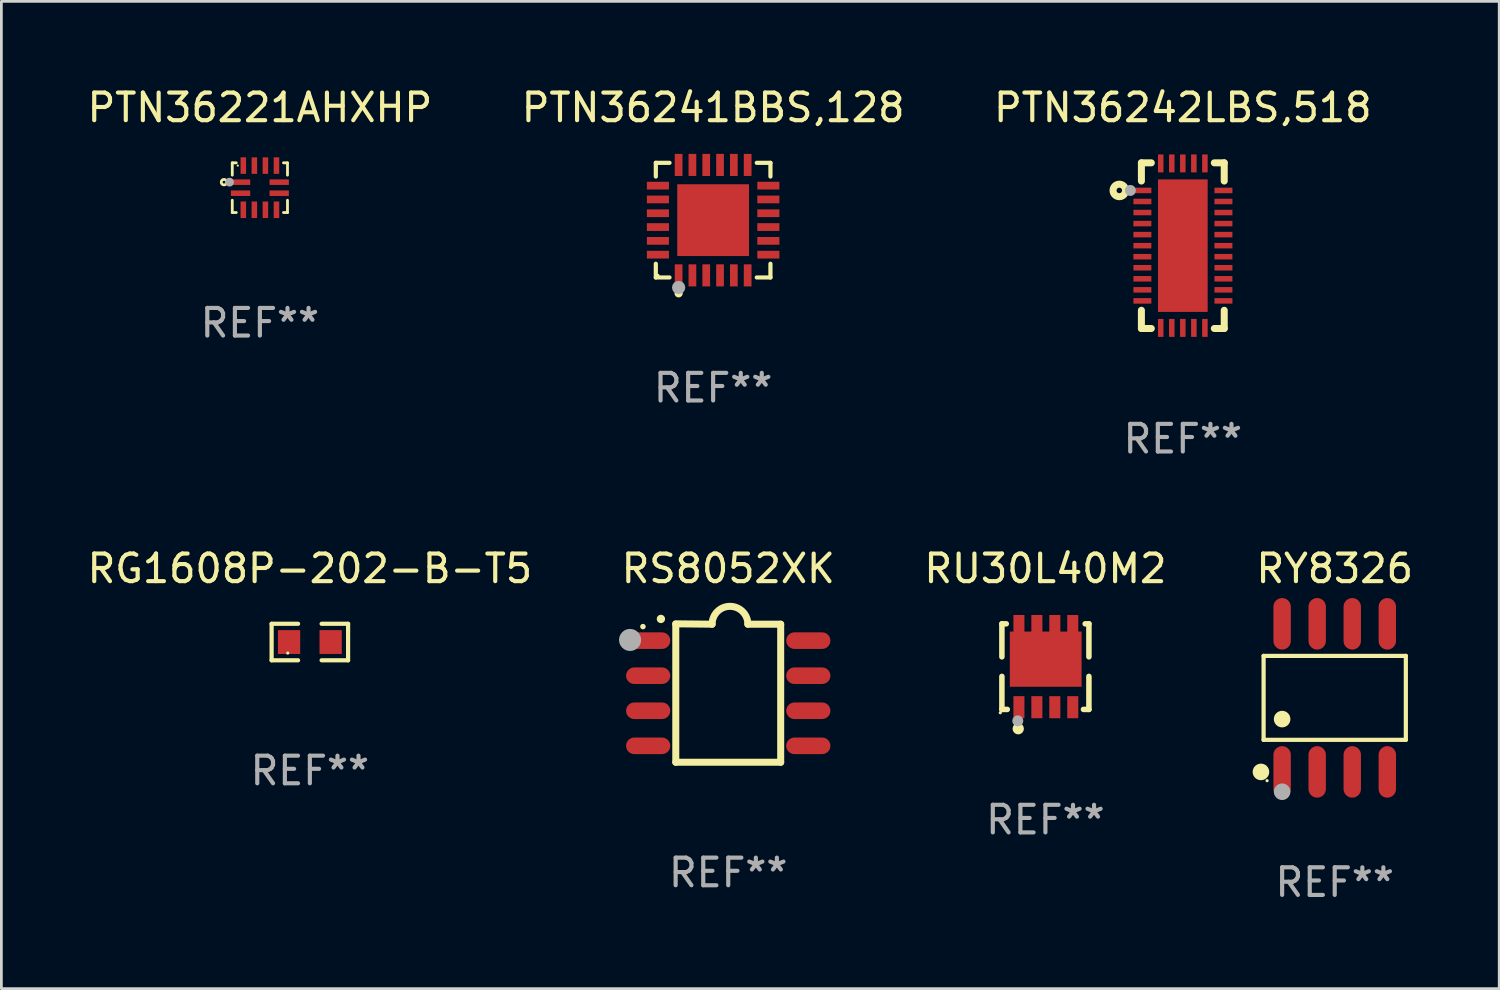
<source format=kicad_pcb>
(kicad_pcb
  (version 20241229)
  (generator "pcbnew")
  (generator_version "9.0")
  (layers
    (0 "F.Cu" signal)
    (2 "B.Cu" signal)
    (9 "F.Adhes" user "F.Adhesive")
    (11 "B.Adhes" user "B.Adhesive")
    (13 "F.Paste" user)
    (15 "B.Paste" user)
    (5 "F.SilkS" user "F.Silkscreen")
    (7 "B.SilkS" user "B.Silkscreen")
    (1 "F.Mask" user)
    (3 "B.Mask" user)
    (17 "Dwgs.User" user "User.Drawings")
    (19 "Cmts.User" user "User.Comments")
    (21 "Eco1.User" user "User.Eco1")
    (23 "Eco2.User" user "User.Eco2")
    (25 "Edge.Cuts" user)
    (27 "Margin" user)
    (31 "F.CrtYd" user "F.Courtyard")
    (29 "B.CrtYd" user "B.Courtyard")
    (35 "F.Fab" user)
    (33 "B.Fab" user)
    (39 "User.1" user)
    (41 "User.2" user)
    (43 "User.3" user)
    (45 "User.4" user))
  (footprint "RY8326"
    (layer "F.Cu")
    (at 45.294 22.227)
    (property "Reference" "RY8326" (at 0 -4.682 0) (layer "F.SilkS") (effects (font (size 1 1) (thickness 0.15))))
    (attr through_hole)
    (fp_line (start -2.576 -1.521) (end 2.576 -1.521) (stroke (width 0.152) (type solid)) (layer "F.SilkS"))
    (fp_line (start -2.576 1.521) (end -2.576 -1.521) (stroke (width 0.152) (type solid)) (layer "F.SilkS"))
    (fp_line (start 2.576 -1.521) (end 2.576 1.521) (stroke (width 0.152) (type solid)) (layer "F.SilkS"))
    (fp_line (start 2.576 1.521) (end -2.576 1.521) (stroke (width 0.152) (type solid)) (layer "F.SilkS"))
    (fp_circle (center -2.672 2.682) (end -2.522 2.682) (stroke (width 0.3) (type solid)) (fill no) (layer "F.SilkS"))
    (fp_circle (center -2.45 3) (end -2.42 3) (stroke (width 0.06) (type solid)) (fill no) (layer "F.SilkS"))
    (fp_circle (center -1.905 0.769) (end -1.755 0.769) (stroke (width 0.3) (type solid)) (fill no) (layer "F.SilkS"))
    (fp_circle (center -1.905 3.4) (end -1.755 3.4) (stroke (width 0.3) (type solid)) (fill no) (layer "F.Fab"))
    (fp_text user "REF**" (at 0 6.682 0) (layer "F.Fab") (effects (font (size 1 1) (thickness 0.15))))
    (pad "1" smd oval (at -1.905 2.682) (size 0.63 1.865) (layers "F.Cu" "F.Mask" "F.Paste"))
    (pad "2" smd oval (at -0.635 2.682) (size 0.63 1.865) (layers "F.Cu" "F.Mask" "F.Paste"))
    (pad "3" smd oval (at 0.635 2.682) (size 0.63 1.865) (layers "F.Cu" "F.Mask" "F.Paste"))
    (pad "4" smd oval (at 1.905 2.682) (size 0.63 1.865) (layers "F.Cu" "F.Mask" "F.Paste"))
    (pad "5" smd oval (at 1.905 -2.682) (size 0.63 1.865) (layers "F.Cu" "F.Mask" "F.Paste"))
    (pad "6" smd oval (at 0.635 -2.682) (size 0.63 1.865) (layers "F.Cu" "F.Mask" "F.Paste"))
    (pad "7" smd oval (at -0.635 -2.682) (size 0.63 1.865) (layers "F.Cu" "F.Mask" "F.Paste"))
    (pad "8" smd oval (at -1.905 -2.682) (size 0.63 1.865) (layers "F.Cu" "F.Mask" "F.Paste")))
  (footprint "PTN36241BBS,128"
    (layer "F.Cu")
    (at 22.78 4.924)
    (property "Reference" "PTN36241BBS,128" (at 0 -4.076 0) (layer "F.SilkS") (effects (font (size 1 1) (thickness 0.15))))
    (attr through_hole)
    (fp_line (start -2.076 -2.076) (end -1.58 -2.076) (stroke (width 0.152) (type solid)) (layer "F.SilkS"))
    (fp_line (start -2.076 -1.58) (end -2.076 -2.076) (stroke (width 0.152) (type solid)) (layer "F.SilkS"))
    (fp_line (start -2.076 1.58) (end -2.076 2.076) (stroke (width 0.152) (type solid)) (layer "F.SilkS"))
    (fp_line (start -2.076 2.076) (end -1.58 2.076) (stroke (width 0.152) (type solid)) (layer "F.SilkS"))
    (fp_line (start 2.076 -2.076) (end 1.58 -2.076) (stroke (width 0.152) (type solid)) (layer "F.SilkS"))
    (fp_line (start 2.076 -1.58) (end 2.076 -2.076) (stroke (width 0.152) (type solid)) (layer "F.SilkS"))
    (fp_line (start 2.076 1.58) (end 2.076 2.076) (stroke (width 0.152) (type solid)) (layer "F.SilkS"))
    (fp_line (start 2.076 2.076) (end 1.58 2.076) (stroke (width 0.152) (type solid)) (layer "F.SilkS"))
    (fp_circle (center -2 2) (end -1.97 2) (stroke (width 0.06) (type solid)) (fill no) (layer "F.SilkS"))
    (fp_circle (center -1.25 2.65) (end -1.175 2.65) (stroke (width 0.15) (type solid)) (fill no) (layer "F.SilkS"))
    (fp_circle (center -1.25 2.44) (end -1.13 2.44) (stroke (width 0.24) (type solid)) (fill no) (layer "F.Fab"))
    (fp_text user "REF**" (at 0 6.076 0) (layer "F.Fab") (effects (font (size 1 1) (thickness 0.15))))
    (pad "1" smd rect (at -1.25 2) (size 0.28 0.8) (layers "F.Cu" "F.Mask" "F.Paste"))
    (pad "2" smd rect (at -0.75 2) (size 0.28 0.8) (layers "F.Cu" "F.Mask" "F.Paste"))
    (pad "3" smd rect (at -0.25 2) (size 0.28 0.8) (layers "F.Cu" "F.Mask" "F.Paste"))
    (pad "4" smd rect (at 0.25 2) (size 0.28 0.8) (layers "F.Cu" "F.Mask" "F.Paste"))
    (pad "5" smd rect (at 0.75 2) (size 0.28 0.8) (layers "F.Cu" "F.Mask" "F.Paste"))
    (pad "6" smd rect (at 1.25 2) (size 0.28 0.8) (layers "F.Cu" "F.Mask" "F.Paste"))
    (pad "7" smd rect (at 2 1.25) (size 0.8 0.28) (layers "F.Cu" "F.Mask" "F.Paste"))
    (pad "8" smd rect (at 2 0.75) (size 0.8 0.28) (layers "F.Cu" "F.Mask" "F.Paste"))
    (pad "9" smd rect (at 2 0.25) (size 0.8 0.28) (layers "F.Cu" "F.Mask" "F.Paste"))
    (pad "10" smd rect (at 2 -0.25) (size 0.8 0.28) (layers "F.Cu" "F.Mask" "F.Paste"))
    (pad "11" smd rect (at 2 -0.75) (size 0.8 0.28) (layers "F.Cu" "F.Mask" "F.Paste"))
    (pad "12" smd rect (at 2 -1.25) (size 0.8 0.28) (layers "F.Cu" "F.Mask" "F.Paste"))
    (pad "13" smd rect (at 1.25 -2) (size 0.28 0.8) (layers "F.Cu" "F.Mask" "F.Paste"))
    (pad "14" smd rect (at 0.75 -2) (size 0.28 0.8) (layers "F.Cu" "F.Mask" "F.Paste"))
    (pad "15" smd rect (at 0.25 -2) (size 0.28 0.8) (layers "F.Cu" "F.Mask" "F.Paste"))
    (pad "16" smd rect (at -0.25 -2) (size 0.28 0.8) (layers "F.Cu" "F.Mask" "F.Paste"))
    (pad "17" smd rect (at -0.75 -2) (size 0.28 0.8) (layers "F.Cu" "F.Mask" "F.Paste"))
    (pad "18" smd rect (at -1.25 -2) (size 0.28 0.8) (layers "F.Cu" "F.Mask" "F.Paste"))
    (pad "19" smd rect (at -2 -1.25) (size 0.8 0.28) (layers "F.Cu" "F.Mask" "F.Paste"))
    (pad "20" smd rect (at -2 -0.75) (size 0.8 0.28) (layers "F.Cu" "F.Mask" "F.Paste"))
    (pad "21" smd rect (at -2 -0.25) (size 0.8 0.28) (layers "F.Cu" "F.Mask" "F.Paste"))
    (pad "22" smd rect (at -2 0.25) (size 0.8 0.28) (layers "F.Cu" "F.Mask" "F.Paste"))
    (pad "23" smd rect (at -2 0.75) (size 0.8 0.28) (layers "F.Cu" "F.Mask" "F.Paste"))
    (pad "24" smd rect (at -2 1.25) (size 0.8 0.28) (layers "F.Cu" "F.Mask" "F.Paste"))
    (pad "25" smd rect (at 0 0) (size 2.6 2.6) (layers "F.Cu" "F.Mask" "F.Paste")))
  (footprint "RG1608P-202-B-T5"
    (layer "F.Cu")
    (at 8.173 20.205)
    (property "Reference" "RG1608P-202-B-T5" (at 0 -2.661 0) (layer "F.SilkS") (effects (font (size 1 1) (thickness 0.15))))
    (attr through_hole)
    (fp_line (start -1.385 -0.661) (end -0.426 -0.661) (stroke (width 0.152) (type solid)) (layer "F.SilkS"))
    (fp_line (start -1.385 0.661) (end -1.385 -0.661) (stroke (width 0.152) (type solid)) (layer "F.SilkS"))
    (fp_line (start -0.426 0.661) (end -1.385 0.661) (stroke (width 0.152) (type solid)) (layer "F.SilkS"))
    (fp_line (start 0.426 0.661) (end 1.385 0.661) (stroke (width 0.152) (type solid)) (layer "F.SilkS"))
    (fp_line (start 1.385 -0.661) (end 0.426 -0.661) (stroke (width 0.152) (type solid)) (layer "F.SilkS"))
    (fp_line (start 1.385 0.661) (end 1.385 -0.661) (stroke (width 0.152) (type solid)) (layer "F.SilkS"))
    (fp_circle (center -0.8 0.4) (end -0.77 0.4) (stroke (width 0.06) (type solid)) (fill no) (layer "F.SilkS"))
    (fp_text user "REF**" (at 0 4.661 0) (layer "F.Fab") (effects (font (size 1 1) (thickness 0.15))))
    (pad "1" smd rect (at -0.753 0) (size 0.806 0.864) (layers "F.Cu" "F.Mask" "F.Paste"))
    (pad "2" smd rect (at 0.753 0) (size 0.806 0.864) (layers "F.Cu" "F.Mask" "F.Paste")))
  (footprint "PTN36242LBS,518"
    (layer "F.Cu")
    (at 39.792 5.848)
    (property "Reference" "PTN36242LBS,518" (at 0 -5 0) (layer "F.SilkS") (effects (font (size 1 1) (thickness 0.15))))
    (attr through_hole)
    (fp_line (start -1.5 -3) (end -1.141 -3) (stroke (width 0.254) (type solid)) (layer "F.SilkS"))
    (fp_line (start -1.5 -2.341) (end -1.5 -3) (stroke (width 0.254) (type solid)) (layer "F.SilkS"))
    (fp_line (start -1.5 3) (end -1.5 2.341) (stroke (width 0.254) (type solid)) (layer "F.SilkS"))
    (fp_line (start -1.141 3) (end -1.5 3) (stroke (width 0.254) (type solid)) (layer "F.SilkS"))
    (fp_line (start 1.141 -3) (end 1.5 -3) (stroke (width 0.254) (type solid)) (layer "F.SilkS"))
    (fp_line (start 1.5 -3) (end 1.5 -2.341) (stroke (width 0.254) (type solid)) (layer "F.SilkS"))
    (fp_line (start 1.5 2.341) (end 1.5 3) (stroke (width 0.254) (type solid)) (layer "F.SilkS"))
    (fp_line (start 1.5 3) (end 1.141 3) (stroke (width 0.254) (type solid)) (layer "F.SilkS"))
    (fp_circle (center -2.3 -2) (end -2.2 -2) (stroke (width 0.254) (type solid)) (fill no) (layer "F.SilkS"))
    (fp_circle (center -1.5 -3) (end -1.47 -3) (stroke (width 0.06) (type solid)) (fill no) (layer "F.SilkS"))
    (fp_circle (center -1.9 -2) (end -1.8 -2) (stroke (width 0.2) (type solid)) (fill no) (layer "F.Fab"))
    (fp_text user "REF**" (at 0 7 0) (layer "F.Fab") (effects (font (size 1 1) (thickness 0.15))))
    (pad "1" smd rect (at -1.464 -2) (size 0.65 0.2) (layers "F.Cu" "F.Mask" "F.Paste"))
    (pad "2" smd rect (at -1.464 -1.6) (size 0.65 0.2) (layers "F.Cu" "F.Mask" "F.Paste"))
    (pad "3" smd rect (at -1.464 -1.2) (size 0.65 0.2) (layers "F.Cu" "F.Mask" "F.Paste"))
    (pad "4" smd rect (at -1.464 -0.8) (size 0.65 0.2) (layers "F.Cu" "F.Mask" "F.Paste"))
    (pad "5" smd rect (at -1.464 -0.4) (size 0.65 0.2) (layers "F.Cu" "F.Mask" "F.Paste"))
    (pad "6" smd rect (at -1.464 0) (size 0.65 0.2) (layers "F.Cu" "F.Mask" "F.Paste"))
    (pad "7" smd rect (at -1.464 0.4) (size 0.65 0.2) (layers "F.Cu" "F.Mask" "F.Paste"))
    (pad "8" smd rect (at -1.464 0.8) (size 0.65 0.2) (layers "F.Cu" "F.Mask" "F.Paste"))
    (pad "9" smd rect (at -1.464 1.2) (size 0.65 0.2) (layers "F.Cu" "F.Mask" "F.Paste"))
    (pad "10" smd rect (at -1.464 1.6) (size 0.65 0.2) (layers "F.Cu" "F.Mask" "F.Paste"))
    (pad "11" smd rect (at -1.464 2) (size 0.65 0.2) (layers "F.Cu" "F.Mask" "F.Paste"))
    (pad "12" smd rect (at -0.8 2.979) (size 0.2 0.65) (layers "F.Cu" "F.Mask" "F.Paste"))
    (pad "13" smd rect (at -0.4 2.979) (size 0.2 0.65) (layers "F.Cu" "F.Mask" "F.Paste"))
    (pad "14" smd rect (at 0 2.979) (size 0.2 0.65) (layers "F.Cu" "F.Mask" "F.Paste"))
    (pad "15" smd rect (at 0.4 2.979) (size 0.2 0.65) (layers "F.Cu" "F.Mask" "F.Paste"))
    (pad "16" smd rect (at 0.8 2.979) (size 0.2 0.65) (layers "F.Cu" "F.Mask" "F.Paste"))
    (pad "17" smd rect (at 1.471 2) (size 0.65 0.2) (layers "F.Cu" "F.Mask" "F.Paste"))
    (pad "18" smd rect (at 1.471 1.6) (size 0.65 0.2) (layers "F.Cu" "F.Mask" "F.Paste"))
    (pad "19" smd rect (at 1.471 1.2) (size 0.65 0.2) (layers "F.Cu" "F.Mask" "F.Paste"))
    (pad "20" smd rect (at 1.471 0.8) (size 0.65 0.2) (layers "F.Cu" "F.Mask" "F.Paste"))
    (pad "21" smd rect (at 1.471 0.4) (size 0.65 0.2) (layers "F.Cu" "F.Mask" "F.Paste"))
    (pad "22" smd rect (at 1.471 0) (size 0.65 0.2) (layers "F.Cu" "F.Mask" "F.Paste"))
    (pad "23" smd rect (at 1.471 -0.4) (size 0.65 0.2) (layers "F.Cu" "F.Mask" "F.Paste"))
    (pad "24" smd rect (at 1.471 -0.8) (size 0.65 0.2) (layers "F.Cu" "F.Mask" "F.Paste"))
    (pad "25" smd rect (at 1.471 -1.2) (size 0.65 0.2) (layers "F.Cu" "F.Mask" "F.Paste"))
    (pad "26" smd rect (at 1.471 -1.6) (size 0.65 0.2) (layers "F.Cu" "F.Mask" "F.Paste"))
    (pad "27" smd rect (at 1.471 -2) (size 0.65 0.2) (layers "F.Cu" "F.Mask" "F.Paste"))
    (pad "28" smd rect (at 0.8 -2.979) (size 0.2 0.65) (layers "F.Cu" "F.Mask" "F.Paste"))
    (pad "29" smd rect (at 0.4 -2.979) (size 0.2 0.65) (layers "F.Cu" "F.Mask" "F.Paste"))
    (pad "30" smd rect (at 0 -2.979) (size 0.2 0.65) (layers "F.Cu" "F.Mask" "F.Paste"))
    (pad "31" smd rect (at -0.4 -2.979) (size 0.2 0.65) (layers "F.Cu" "F.Mask" "F.Paste"))
    (pad "32" smd rect (at -0.8 -2.979) (size 0.2 0.65) (layers "F.Cu" "F.Mask" "F.Paste"))
    (pad "33" smd rect (at 0 0) (size 1.8 4.8) (layers "F.Cu" "F.Mask" "F.Paste")))
  (footprint "RS8052XK"
    (layer "F.Cu")
    (at 23.327 22.052)
    (property "Reference" "RS8052XK" (at 0 -4.507 0) (layer "F.SilkS") (effects (font (size 1 1) (thickness 0.15))))
    (attr through_hole)
    (fp_line (start -1.905 -2.507) (end -0.584 -2.493) (stroke (width 0.254) (type solid)) (layer "F.SilkS"))
    (fp_line (start -1.9 2.507) (end -1.9 -2.493) (stroke (width 0.254) (type solid)) (layer "F.SilkS"))
    (fp_line (start -1.9 2.507) (end 1.9 2.507) (stroke (width 0.254) (type solid)) (layer "F.SilkS"))
    (fp_line (start 1.9 -2.493) (end 0.711 -2.493) (stroke (width 0.254) (type solid)) (layer "F.SilkS"))
    (fp_line (start 1.9 2.507) (end 1.9 -2.493) (stroke (width 0.254) (type solid)) (layer "F.SilkS"))
    (fp_arc (start -2.438532 -2.682563) (mid -2.438537 -2.683833) (end -2.438532 -2.685103) (stroke (width 0.3) (type solid)) (layer "F.SilkS"))
    (fp_arc (start -0.584328 -2.492064) (mid 0.063057 -3.139764) (end 0.711074 -2.492697) (stroke (width 0.254001) (type solid)) (layer "F.SilkS"))
    (fp_circle (center -3.089 -2.406) (end -3.039 -2.406) (stroke (width 0.1) (type solid)) (fill no) (layer "F.SilkS"))
    (fp_circle (center -3.556 -1.923) (end -3.356 -1.923) (stroke (width 0.4) (type solid)) (fill no) (layer "F.Fab"))
    (fp_text user "REF**" (at 0 6.507 0) (layer "F.Fab") (effects (font (size 1 1) (thickness 0.15))))
    (pad "1" smd oval (at -2.9 -1.898 90) (size 0.6 1.6) (layers "F.Cu" "F.Mask" "F.Paste"))
    (pad "2" smd oval (at -2.9 -0.628 90) (size 0.6 1.6) (layers "F.Cu" "F.Mask" "F.Paste"))
    (pad "3" smd oval (at -2.9 0.642 90) (size 0.6 1.6) (layers "F.Cu" "F.Mask" "F.Paste"))
    (pad "4" smd oval (at -2.9 1.912 90) (size 0.6 1.6) (layers "F.Cu" "F.Mask" "F.Paste"))
    (pad "5" smd oval (at 2.9 1.912 90) (size 0.6 1.6) (layers "F.Cu" "F.Mask" "F.Paste"))
    (pad "6" smd oval (at 2.9 0.642 90) (size 0.6 1.6) (layers "F.Cu" "F.Mask" "F.Paste"))
    (pad "7" smd oval (at 2.9 -0.628 90) (size 0.6 1.6) (layers "F.Cu" "F.Mask" "F.Paste"))
    (pad "8" smd oval (at 2.9 -1.898 90) (size 0.6 1.6) (layers "F.Cu" "F.Mask" "F.Paste")))
  (footprint "PTN36221AHXHP"
    (layer "F.Cu")
    (at 6.363 3.748)
    (property "Reference" "PTN36221AHXHP" (at 0 -2.9 0) (layer "F.SilkS") (effects (font (size 1 1) (thickness 0.15))))
    (attr through_hole)
    (fp_line (start -1 -0.9) (end -0.855 -0.9) (stroke (width 0.102) (type solid)) (layer "F.SilkS"))
    (fp_line (start -1 -0.455) (end -1 -0.9) (stroke (width 0.102) (type solid)) (layer "F.SilkS"))
    (fp_line (start -1 0.9) (end -1 0.455) (stroke (width 0.102) (type solid)) (layer "F.SilkS"))
    (fp_line (start -0.855 0.9) (end -1 0.9) (stroke (width 0.102) (type solid)) (layer "F.SilkS"))
    (fp_line (start 0.855 -0.9) (end 1 -0.9) (stroke (width 0.102) (type solid)) (layer "F.SilkS"))
    (fp_line (start 1 -0.9) (end 1 -0.455) (stroke (width 0.102) (type solid)) (layer "F.SilkS"))
    (fp_line (start 1 0.455) (end 1 0.9) (stroke (width 0.102) (type solid)) (layer "F.SilkS"))
    (fp_line (start 1 0.9) (end 0.855 0.9) (stroke (width 0.102) (type solid)) (layer "F.SilkS"))
    (fp_circle (center -1.3 -0.2) (end -1.2 -0.2) (stroke (width 0.1) (type solid)) (fill no) (layer "F.SilkS"))
    (fp_circle (center -0.8 -0.8) (end -0.78 -0.8) (stroke (width 0.04) (type solid)) (fill no) (layer "F.SilkS"))
    (fp_circle (center -1.1 -0.2) (end -1.02 -0.2) (stroke (width 0.16) (type solid)) (fill no) (layer "F.Fab"))
    (fp_text user "REF**" (at 0 4.9 0) (layer "F.Fab") (effects (font (size 1 1) (thickness 0.15))))
    (pad "1" smd rect (at -0.7 -0.2 180) (size 0.7 0.2) (layers "F.Cu" "F.Mask" "F.Paste"))
    (pad "2" smd rect (at -0.7 0.2 180) (size 0.7 0.2) (layers "F.Cu" "F.Mask" "F.Paste"))
    (pad "3" smd rect (at -0.6 0.8) (size 0.2 0.6) (layers "F.Cu" "F.Mask" "F.Paste"))
    (pad "4" smd rect (at -0.2 0.8) (size 0.2 0.6) (layers "F.Cu" "F.Mask" "F.Paste"))
    (pad "5" smd rect (at 0.2 0.8) (size 0.2 0.6) (layers "F.Cu" "F.Mask" "F.Paste"))
    (pad "6" smd rect (at 0.6 0.8) (size 0.2 0.6) (layers "F.Cu" "F.Mask" "F.Paste"))
    (pad "7" smd rect (at 0.7 0.2 180) (size 0.7 0.2) (layers "F.Cu" "F.Mask" "F.Paste"))
    (pad "8" smd rect (at 0.7 -0.2) (size 0.7 0.2) (layers "F.Cu" "F.Mask" "F.Paste"))
    (pad "9" smd rect (at 0.6 -0.8) (size 0.2 0.6) (layers "F.Cu" "F.Mask" "F.Paste"))
    (pad "10" smd rect (at 0.2 -0.8) (size 0.2 0.6) (layers "F.Cu" "F.Mask" "F.Paste"))
    (pad "11" smd rect (at -0.2 -0.8) (size 0.2 0.6) (layers "F.Cu" "F.Mask" "F.Paste"))
    (pad "12" smd rect (at -0.6 -0.8) (size 0.2 0.6) (layers "F.Cu" "F.Mask" "F.Paste")))
  (footprint "RU30L40M2"
    (layer "F.Cu")
    (at 34.815 21.095)
    (property "Reference" "RU30L40M2" (at 0 -3.55 0) (layer "F.SilkS") (effects (font (size 1 1) (thickness 0.15))))
    (attr through_hole)
    (fp_line (start -1.576 -1.55) (end -1.418 -1.55) (stroke (width 0.2) (type solid)) (layer "F.SilkS"))
    (fp_line (start -1.576 -0.354) (end -1.576 -1.55) (stroke (width 0.2) (type solid)) (layer "F.SilkS"))
    (fp_line (start -1.576 1.55) (end -1.576 0.354) (stroke (width 0.2) (type solid)) (layer "F.SilkS"))
    (fp_line (start -1.576 1.55) (end -1.38 1.55) (stroke (width 0.2) (type solid)) (layer "F.SilkS"))
    (fp_line (start 1.378 1.55) (end 1.576 1.55) (stroke (width 0.2) (type solid)) (layer "F.SilkS"))
    (fp_line (start 1.441 -1.55) (end 1.576 -1.55) (stroke (width 0.2) (type solid)) (layer "F.SilkS"))
    (fp_line (start 1.576 -1.55) (end 1.576 -0.354) (stroke (width 0.2) (type solid)) (layer "F.SilkS"))
    (fp_line (start 1.576 0.354) (end 1.576 1.55) (stroke (width 0.2) (type solid)) (layer "F.SilkS"))
    (fp_circle (center -1.634 1.67) (end -1.604 1.67) (stroke (width 0.06) (type solid)) (fill no) (layer "F.SilkS"))
    (fp_circle (center -0.984 2.25) (end -0.879 2.25) (stroke (width 0.2) (type solid)) (fill no) (layer "F.SilkS"))
    (fp_circle (center -1 1.965) (end -0.9 1.965) (stroke (width 0.2) (type solid)) (fill no) (layer "F.Fab"))
    (fp_text user "REF**" (at 0 5.55 0) (layer "F.Fab") (effects (font (size 1 1) (thickness 0.15))))
    (pad "1" smd rect (at -0.959 1.47 180) (size 0.4 0.8) (layers "F.Cu" "F.Mask" "F.Paste"))
    (pad "2" smd rect (at -0.309 1.47 180) (size 0.4 0.8) (layers "F.Cu" "F.Mask" "F.Paste"))
    (pad "3" smd rect (at 0.341 1.47 180) (size 0.4 0.8) (layers "F.Cu" "F.Mask" "F.Paste"))
    (pad "4" smd rect (at 0.991 1.47 180) (size 0.4 0.8) (layers "F.Cu" "F.Mask" "F.Paste"))
    (pad "5" smd rect (at 0.991 -1.47 180) (size 0.4 0.8) (layers "F.Cu" "F.Mask" "F.Paste"))
    (pad "6" smd rect (at 0.341 -1.47 180) (size 0.4 0.8) (layers "F.Cu" "F.Mask" "F.Paste"))
    (pad "7" smd rect (at -0.309 -1.47 180) (size 0.4 0.8) (layers "F.Cu" "F.Mask" "F.Paste"))
    (pad "8" smd rect (at -0.959 -1.47 180) (size 0.4 0.8) (layers "F.Cu" "F.Mask" "F.Paste"))
    (pad "9" smd rect (at 0.011 -0.27) (size 2.6 2) (layers "F.Cu" "F.Mask" "F.Paste")))
  (gr_rect
    (start -3 -3)
    (end 51.252 32.758)
    (stroke (width 0.1) (type default))
    (fill no)
    (layer "Edge.Cuts")))
</source>
